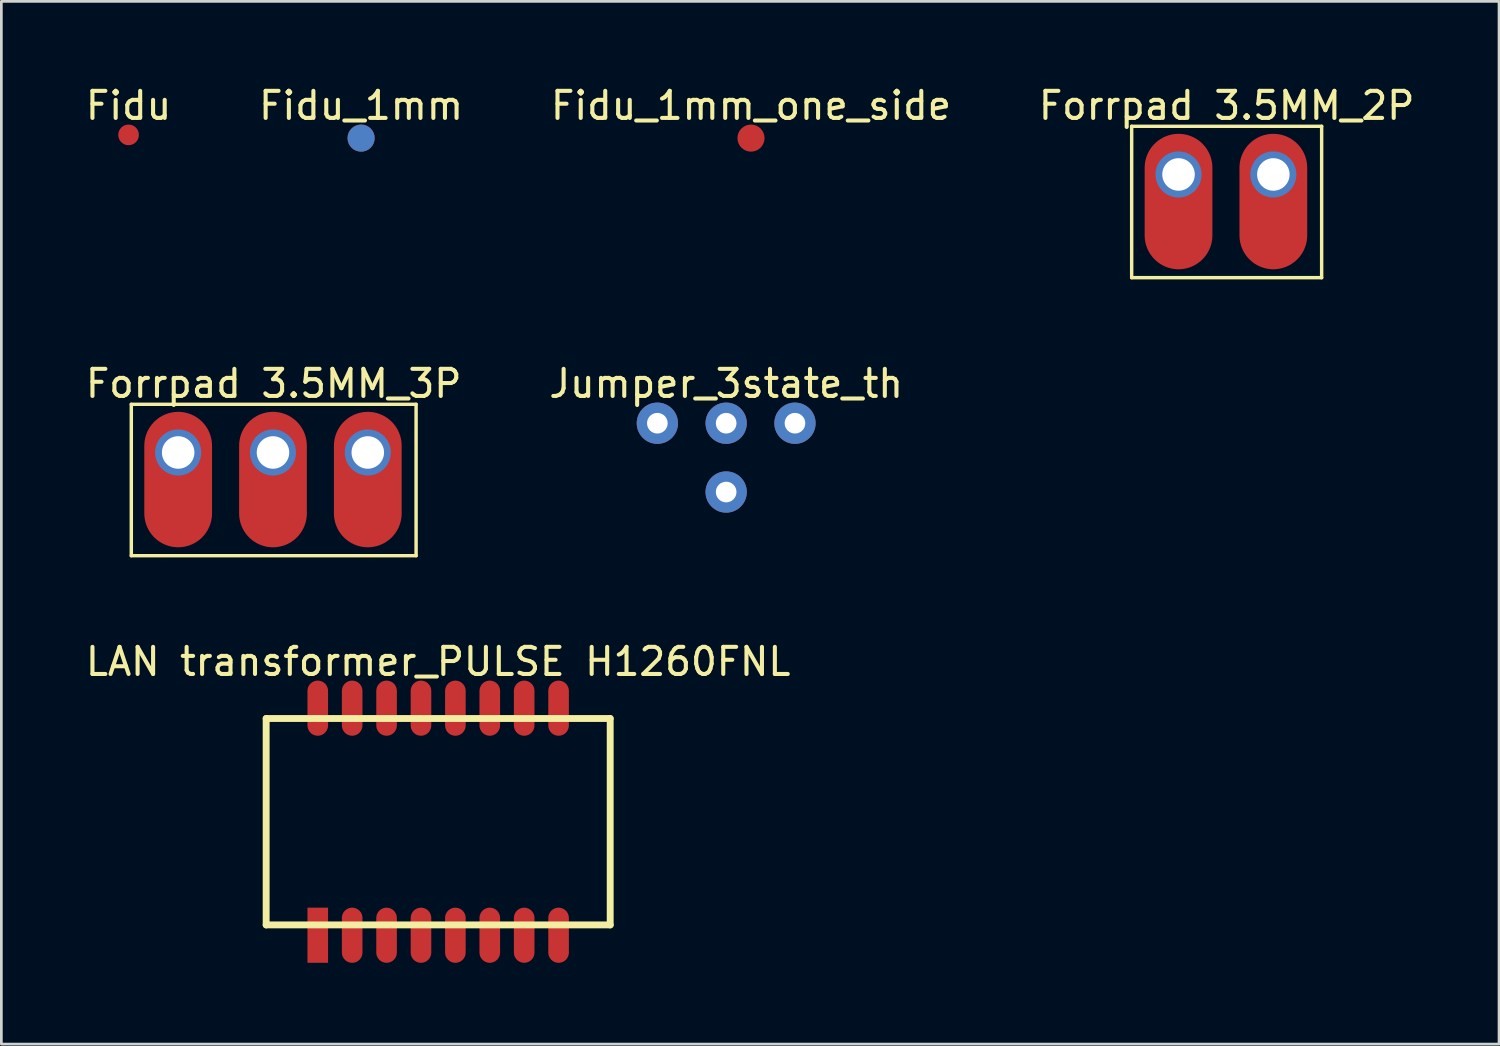
<source format=kicad_pcb>
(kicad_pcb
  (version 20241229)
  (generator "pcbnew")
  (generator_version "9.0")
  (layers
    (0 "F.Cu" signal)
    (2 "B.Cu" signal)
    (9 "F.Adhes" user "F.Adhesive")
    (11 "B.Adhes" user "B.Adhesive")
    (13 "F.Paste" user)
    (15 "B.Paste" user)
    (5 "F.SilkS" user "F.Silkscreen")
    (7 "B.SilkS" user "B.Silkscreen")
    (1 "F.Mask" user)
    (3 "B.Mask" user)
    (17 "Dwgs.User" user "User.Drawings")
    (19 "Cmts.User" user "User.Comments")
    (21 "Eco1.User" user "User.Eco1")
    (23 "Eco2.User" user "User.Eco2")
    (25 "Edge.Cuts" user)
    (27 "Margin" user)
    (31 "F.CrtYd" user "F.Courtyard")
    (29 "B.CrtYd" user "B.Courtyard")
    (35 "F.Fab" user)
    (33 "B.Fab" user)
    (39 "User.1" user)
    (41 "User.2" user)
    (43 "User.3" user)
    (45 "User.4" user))
  (footprint "Jumper_3state_th"
    (layer "F.Cu")
    (at 23.756 12.573)
    (property "Reference" "Jumper_3state_th" (at 0 -1.462 0) (layer "F.SilkS") (effects (font (size 1 1) (thickness 0.15))))
    (pad "0" thru_hole circle (at 0 0) (size 1.524 1.524) (drill 0.762) (layers "*.Cu" "*.Mask"))
    (pad "1" thru_hole circle (at 2.54 0) (size 1.524 1.524) (drill 0.762) (layers "*.Cu" "*.Mask"))
    (pad "2" thru_hole circle (at -2.54 0) (size 1.524 1.524) (drill 0.762) (layers "*.Cu" "*.Mask"))
    (pad "3" thru_hole circle (at 0 2.54) (size 1.524 1.524) (drill 0.762) (layers "*.Cu" "*.Mask")))
  (footprint "Forrpad 3.5MM_3P"
    (layer "F.Cu")
    (at 7.027 13.653)
    (property "Reference" "Forrpad 3.5MM_3P" (at 0.027 -2.542 0) (layer "F.SilkS") (effects (font (size 1 1) (thickness 0.15))))
    (fp_line (start -5.23 -1.778) (end 5.283 -1.778) (stroke (width 0.127) (type solid)) (layer "F.SilkS"))
    (fp_line (start -5.23 3.81) (end -5.23 -1.778) (stroke (width 0.127) (type solid)) (layer "F.SilkS"))
    (fp_line (start -5.23 3.81) (end 5.283 3.81) (stroke (width 0.127) (type solid)) (layer "F.SilkS"))
    (fp_line (start 5.283 3.81) (end 5.283 -1.778) (stroke (width 0.127) (type solid)) (layer "F.SilkS"))
    (pad "1" thru_hole circle (at -3.5 0 180) (size 1.7 1.7) (drill 1.2) (layers "*.Cu" "*.Mask"))
    (pad "1" smd oval (at -3.5 1 270) (size 5 2.5) (layers "F.Cu" "F.Mask" "F.Paste"))
    (pad "2" thru_hole circle (at 0 0 180) (size 1.7 1.7) (drill 1.2) (layers "*.Cu" "*.Mask"))
    (pad "2" smd oval (at 0 1 270) (size 5 2.5) (layers "F.Cu" "F.Mask" "F.Paste"))
    (pad "3" thru_hole circle (at 3.5 0 180) (size 1.7 1.7) (drill 1.2) (layers "*.Cu" "*.Mask"))
    (pad "3" smd oval (at 3.5 1 270) (size 5 2.5) (layers "F.Cu" "F.Mask" "F.Paste")))
  (footprint "Fidu"
    (layer "F.Cu")
    (at 1.696 1.929)
    (property "Reference" "Fidu" (at 0 -1.081 0) (layer "F.SilkS") (effects (font (size 1 1) (thickness 0.15))))
    (pad "2" smd circle (at 0 0) (size 0.762 0.762) (layers "F.Cu" "F.Mask" "F.Paste")))
  (footprint "LAN transformer_PULSE H1260FNL"
    (layer "F.Cu")
    (at 13.125 27.283)
    (property "Reference" "LAN transformer_PULSE H1260FNL" (at 0 -5.909 0) (layer "F.SilkS") (effects (font (size 1 1) (thickness 0.15))))
    (fp_line (start -6.35 -3.81) (end 6.35 -3.81) (stroke (width 0.254) (type solid)) (layer "F.SilkS"))
    (fp_line (start -6.35 3.81) (end -6.35 -3.81) (stroke (width 0.254) (type solid)) (layer "F.SilkS"))
    (fp_line (start -6.35 3.81) (end 6.35 3.81) (stroke (width 0.254) (type solid)) (layer "F.SilkS"))
    (fp_line (start 6.35 3.81) (end 6.35 -3.81) (stroke (width 0.254) (type solid)) (layer "F.SilkS"))
    (pad "1" smd rect (at -4.445 4.191) (size 0.76 2.035) (layers "F.Cu" "F.Mask" "F.Paste"))
    (pad "2" smd oval (at -3.175 4.191) (size 0.76 2.035) (layers "F.Cu" "F.Mask" "F.Paste"))
    (pad "3" smd oval (at -1.905 4.191) (size 0.76 2.035) (layers "F.Cu" "F.Mask" "F.Paste"))
    (pad "4" smd oval (at -0.635 4.191) (size 0.76 2.035) (layers "F.Cu" "F.Mask" "F.Paste"))
    (pad "5" smd oval (at 0.635 4.191) (size 0.76 2.035) (layers "F.Cu" "F.Mask" "F.Paste"))
    (pad "6" smd oval (at 1.905 4.191) (size 0.76 2.035) (layers "F.Cu" "F.Mask" "F.Paste"))
    (pad "7" smd oval (at 3.175 4.191) (size 0.76 2.035) (layers "F.Cu" "F.Mask" "F.Paste"))
    (pad "8" smd oval (at 4.445 4.191) (size 0.76 2.035) (layers "F.Cu" "F.Mask" "F.Paste"))
    (pad "9" smd oval (at 4.445 -4.191) (size 0.76 2.035) (layers "F.Cu" "F.Mask" "F.Paste"))
    (pad "10" smd oval (at 3.175 -4.191) (size 0.76 2.035) (layers "F.Cu" "F.Mask" "F.Paste"))
    (pad "11" smd oval (at 1.905 -4.191) (size 0.76 2.035) (layers "F.Cu" "F.Mask" "F.Paste"))
    (pad "12" smd oval (at 0.635 -4.191) (size 0.76 2.035) (layers "F.Cu" "F.Mask" "F.Paste"))
    (pad "13" smd oval (at -0.635 -4.191) (size 0.76 2.035) (layers "F.Cu" "F.Mask" "F.Paste"))
    (pad "14" smd oval (at -1.905 -4.191) (size 0.76 2.035) (layers "F.Cu" "F.Mask" "F.Paste"))
    (pad "15" smd oval (at -3.175 -4.191) (size 0.76 2.035) (layers "F.Cu" "F.Mask" "F.Paste"))
    (pad "16" smd oval (at -4.445 -4.191) (size 0.76 2.035) (layers "F.Cu" "F.Mask" "F.Paste")))
  (footprint "Fidu_1mm_one_side"
    (layer "F.Cu")
    (at 24.673 2.048)
    (property "Reference" "Fidu_1mm_one_side" (at 0 -1.2 0) (layer "F.SilkS") (effects (font (size 1 1) (thickness 0.15))))
    (pad "0" smd circle (at 0 0) (size 1 1) (layers "F.Cu" "F.Mask" "F.Paste")))
  (footprint "Fidu_1mm"
    (layer "F.Cu")
    (at 10.28 2.048)
    (property "Reference" "Fidu_1mm" (at 0 -1.2 0) (layer "F.SilkS") (effects (font (size 1 1) (thickness 0.15))))
    (pad "0" smd circle (at 0 0) (size 1 1) (layers "F.Cu" "F.Mask" "F.Paste"))
    (pad "0" smd circle (at 0 0 180) (size 1 1) (layers "B.Cu" "B.Mask" "B.Paste")))
  (footprint "Forrpad 3.5MM_2P"
    (layer "F.Cu")
    (at 42.205 3.89)
    (property "Reference" "Forrpad 3.5MM_2P" (at 0.027 -3.042 0) (layer "F.SilkS") (effects (font (size 1 1) (thickness 0.15))))
    (fp_line (start -3.48 -2.278) (end 3.533 -2.278) (stroke (width 0.127) (type solid)) (layer "F.SilkS"))
    (fp_line (start -3.48 3.31) (end -3.48 -2.278) (stroke (width 0.127) (type solid)) (layer "F.SilkS"))
    (fp_line (start -3.48 3.31) (end 3.533 3.31) (stroke (width 0.127) (type solid)) (layer "F.SilkS"))
    (fp_line (start 3.533 3.31) (end 3.533 -2.278) (stroke (width 0.127) (type solid)) (layer "F.SilkS"))
    (pad "1" thru_hole circle (at -1.75 -0.5 180) (size 1.7 1.7) (drill 1.2) (layers "*.Cu" "*.Mask"))
    (pad "1" smd oval (at -1.75 0.5 270) (size 5 2.5) (layers "F.Cu" "F.Mask" "F.Paste"))
    (pad "2" thru_hole circle (at 1.75 -0.5 180) (size 1.7 1.7) (drill 1.2) (layers "*.Cu" "*.Mask"))
    (pad "2" smd oval (at 1.75 0.5 270) (size 5 2.5) (layers "F.Cu" "F.Mask" "F.Paste")))
  (gr_rect
    (start -3 -3)
    (end 52.286 35.492)
    (stroke (width 0.1) (type default))
    (fill no)
    (layer "Edge.Cuts")))
</source>
